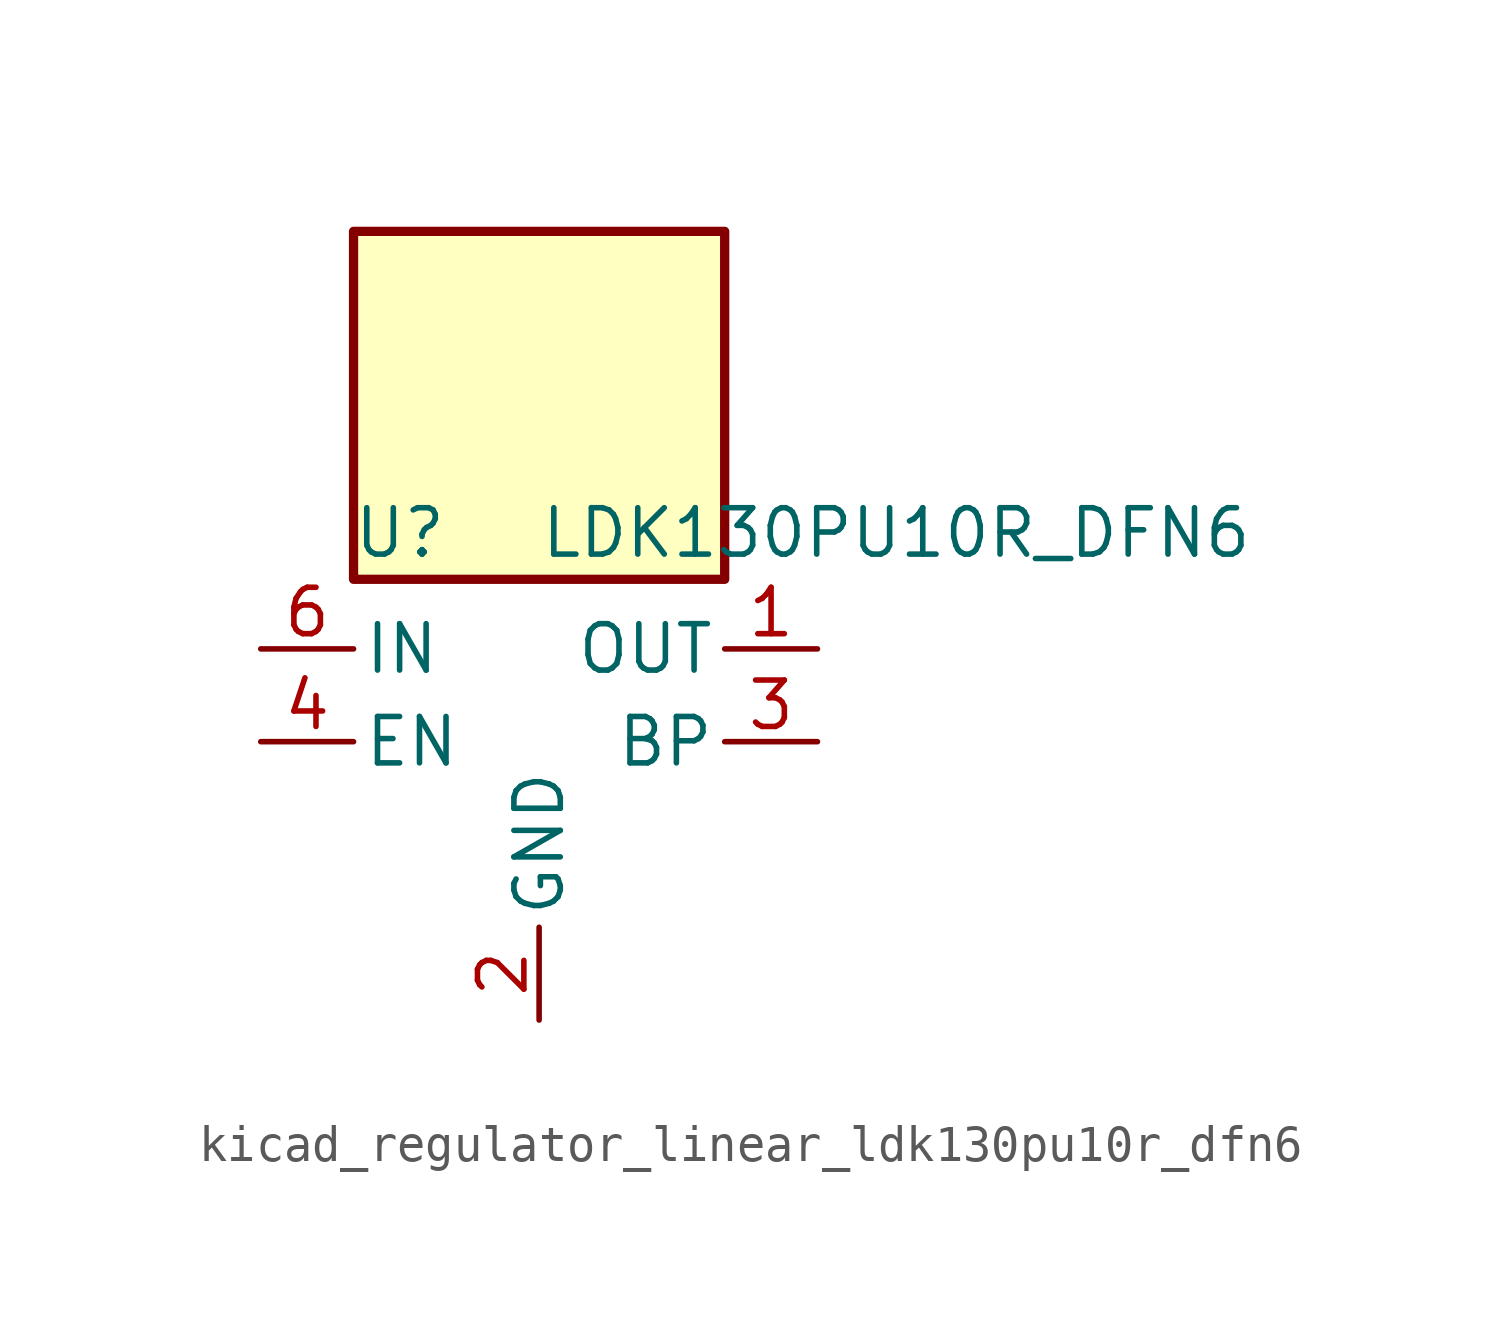
<source format=kicad_sym>
(kicad_symbol_lib
  (version 20220914)
  (generator kicad_symbol_editor)
  (symbol "kicad_regulator_linear_ldk130pu10r_dfn6"
    (pin_names
      (offset 0.254))
    (property "Reference" "U"
      (at -3.81 5.715 0)
      (effects (font (size 1.27 1.27))))
    (property "Value" "LDK130PU10R_DFN6"
      (at 0 5.715 0)
      (effects (font (size 1.27 1.27)) (justify left)))
    (symbol "kicad_regulator_linear_ldk130pu10r_dfn6_0_1"
      (rectangle (start 5.08 13.97) (end -5.08 4.445) (stroke (width 0.254) (type default)) (fill (type background))))
    (symbol "kicad_regulator_linear_ldk130pu10r_dfn6_1_1"
      (pin power_out line (at 7.62 2.54 180) (length 2.54) (name "OUT" (effects (font (size 1.27 1.27)))) (number "1" (effects (font (size 1.27 1.27)))))
      (pin power_in line (at 0 -7.62 90) (length 2.54) (name "GND" (effects (font (size 1.27 1.27)))) (number "2" (effects (font (size 1.27 1.27)))))
      (pin passive line (at 7.62 0 180) (length 2.54) (name "BP" (effects (font (size 1.27 1.27)))) (number "3" (effects (font (size 1.27 1.27)))))
      (pin input line (at -7.62 0 0) (length 2.54) (name "EN" (effects (font (size 1.27 1.27)))) (number "4" (effects (font (size 1.27 1.27)))))
      (pin no_connect line (at -5.08 -2.54 0) (length 2.54) hide (name "NC" (effects (font (size 1.27 1.27)))) (number "5" (effects (font (size 1.27 1.27)))))
      (pin power_in line (at -7.62 2.54 0) (length 2.54) (name "IN" (effects (font (size 1.27 1.27)))) (number "6" (effects (font (size 1.27 1.27))))))))
</source>
